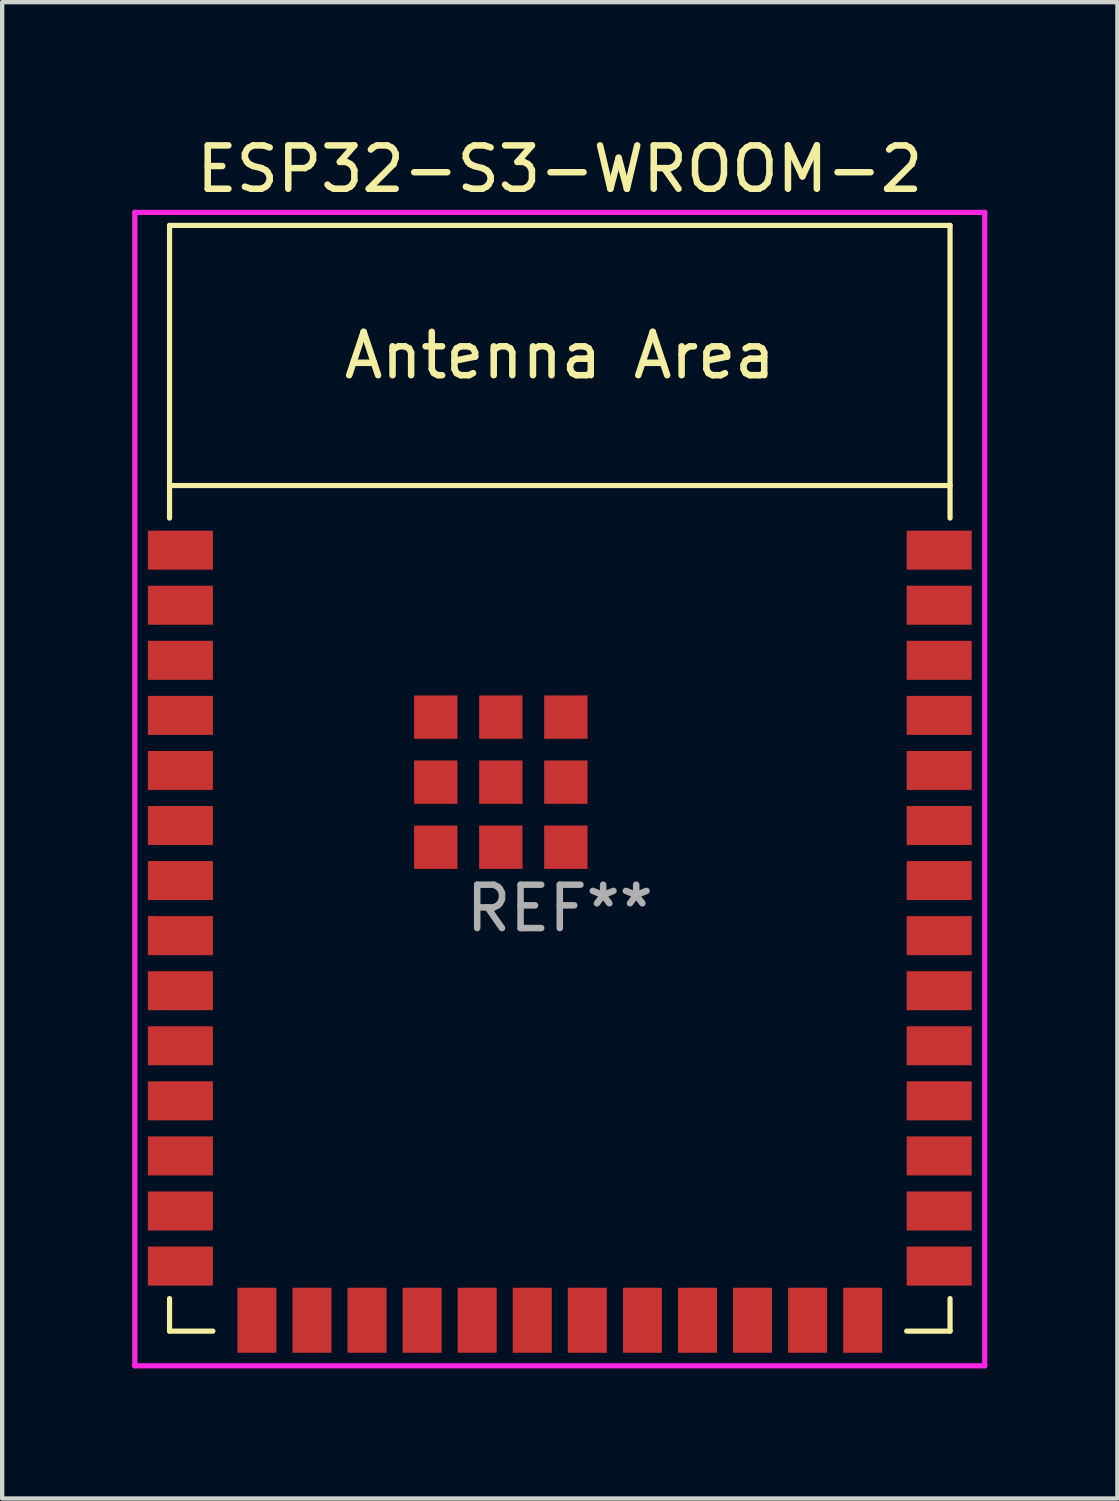
<source format=kicad_pcb>
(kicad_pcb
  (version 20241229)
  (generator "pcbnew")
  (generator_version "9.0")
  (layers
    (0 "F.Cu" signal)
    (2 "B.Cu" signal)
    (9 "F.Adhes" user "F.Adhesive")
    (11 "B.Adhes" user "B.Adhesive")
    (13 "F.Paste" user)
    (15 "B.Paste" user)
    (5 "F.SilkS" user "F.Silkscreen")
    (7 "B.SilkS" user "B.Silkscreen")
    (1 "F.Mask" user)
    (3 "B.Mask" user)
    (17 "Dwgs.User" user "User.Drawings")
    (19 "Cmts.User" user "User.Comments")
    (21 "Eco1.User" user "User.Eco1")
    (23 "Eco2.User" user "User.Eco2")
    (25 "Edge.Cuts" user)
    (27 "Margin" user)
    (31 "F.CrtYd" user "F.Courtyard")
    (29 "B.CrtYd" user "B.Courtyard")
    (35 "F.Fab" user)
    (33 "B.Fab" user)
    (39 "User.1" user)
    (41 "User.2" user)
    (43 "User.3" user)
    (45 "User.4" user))
  (footprint "ESP32-S3-WROOM-2"
    (layer "F.Cu")
    (at 9.86 17.898)
    (property "Reference" "ESP32-S3-WROOM-2" (at 0 -17.05 0) (layer "F.SilkS") (effects (font (size 1 1) (thickness 0.15))))
    (attr smd)
    (fp_line (start -9 -15.75) (end -9 -9) (stroke (width 0.12) (type solid)) (layer "F.SilkS"))
    (fp_line (start -9 -15.75) (end 9 -15.75) (stroke (width 0.12) (type solid)) (layer "F.SilkS"))
    (fp_line (start -9 9) (end -9 9.75) (stroke (width 0.12) (type solid)) (layer "F.SilkS"))
    (fp_line (start -9 9.75) (end -8 9.75) (stroke (width 0.12) (type solid)) (layer "F.SilkS"))
    (fp_line (start 9 -15.75) (end 9 -9) (stroke (width 0.12) (type solid)) (layer "F.SilkS"))
    (fp_line (start 9 -9.75) (end -9 -9.75) (stroke (width 0.12) (type solid)) (layer "F.SilkS"))
    (fp_line (start 9 9) (end 9 9.75) (stroke (width 0.12) (type solid)) (layer "F.SilkS"))
    (fp_line (start 9 9.75) (end 8 9.75) (stroke (width 0.12) (type solid)) (layer "F.SilkS"))
    (fp_line (start -9 -15.75) (end 9 -15.75) (stroke (width 0.12) (type solid)) (layer "Eco2.User"))
    (fp_line (start -9 -9.75) (end 9 -9.75) (stroke (width 0.12) (type solid)) (layer "Eco2.User"))
    (fp_line (start -9 9.75) (end -9 -15.75) (stroke (width 0.12) (type solid)) (layer "Eco2.User"))
    (fp_line (start 9 -15.75) (end 9 9.75) (stroke (width 0.12) (type solid)) (layer "Eco2.User"))
    (fp_line (start 9 9.75) (end -9 9.75) (stroke (width 0.12) (type solid)) (layer "Eco2.User"))
    (fp_line (start -9.8 -16.05) (end -9.8 10.55) (stroke (width 0.12) (type solid)) (layer "F.CrtYd"))
    (fp_line (start -9.8 10.55) (end 9.8 10.55) (stroke (width 0.12) (type solid)) (layer "F.CrtYd"))
    (fp_line (start 9.8 -16.05) (end -9.8 -16.05) (stroke (width 0.12) (type solid)) (layer "F.CrtYd"))
    (fp_line (start 9.8 -16.05) (end 9.8 10.55) (stroke (width 0.12) (type solid)) (layer "F.CrtYd"))
    (fp_text user "Antenna Area" (at 0 -12.75 0) (layer "F.SilkS") (effects (font (size 1 1) (thickness 0.15))))
    (fp_text user "Antenna Area" (at 0 -12.75 0) (layer "Eco2.User") (effects (font (size 1 1) (thickness 0.15))))
    (fp_text user "REF**" (at 0 0 0) (layer "F.Fab") (effects (font (size 1 1) (thickness 0.15))))
    (pad "1" smd rect (at -8.75 -8.26) (size 1.5 0.9) (layers "F.Cu" "F.Mask" "F.Paste"))
    (pad "2" smd rect (at -8.75 -6.99) (size 1.5 0.9) (layers "F.Cu" "F.Mask" "F.Paste"))
    (pad "3" smd rect (at -8.75 -5.72) (size 1.5 0.9) (layers "F.Cu" "F.Mask" "F.Paste"))
    (pad "4" smd rect (at -8.75 -4.45) (size 1.5 0.9) (layers "F.Cu" "F.Mask" "F.Paste"))
    (pad "5" smd rect (at -8.75 -3.18) (size 1.5 0.9) (layers "F.Cu" "F.Mask" "F.Paste"))
    (pad "6" smd rect (at -8.75 -1.91) (size 1.5 0.9) (layers "F.Cu" "F.Mask" "F.Paste"))
    (pad "7" smd rect (at -8.75 -0.64) (size 1.5 0.9) (layers "F.Cu" "F.Mask" "F.Paste"))
    (pad "8" smd rect (at -8.75 0.63) (size 1.5 0.9) (layers "F.Cu" "F.Mask" "F.Paste"))
    (pad "9" smd rect (at -8.75 1.9) (size 1.5 0.9) (layers "F.Cu" "F.Mask" "F.Paste"))
    (pad "10" smd rect (at -8.75 3.17) (size 1.5 0.9) (layers "F.Cu" "F.Mask" "F.Paste"))
    (pad "11" smd rect (at -8.75 4.44) (size 1.5 0.9) (layers "F.Cu" "F.Mask" "F.Paste"))
    (pad "12" smd rect (at -8.75 5.71) (size 1.5 0.9) (layers "F.Cu" "F.Mask" "F.Paste"))
    (pad "13" smd rect (at -8.75 6.98) (size 1.5 0.9) (layers "F.Cu" "F.Mask" "F.Paste"))
    (pad "14" smd rect (at -8.75 8.25) (size 1.5 0.9) (layers "F.Cu" "F.Mask" "F.Paste"))
    (pad "15" smd rect (at -6.985 9.5 90) (size 1.5 0.9) (layers "F.Cu" "F.Mask" "F.Paste"))
    (pad "16" smd rect (at -5.715 9.5 90) (size 1.5 0.9) (layers "F.Cu" "F.Mask" "F.Paste"))
    (pad "17" smd rect (at -4.445 9.5 90) (size 1.5 0.9) (layers "F.Cu" "F.Mask" "F.Paste"))
    (pad "18" smd rect (at -3.175 9.5 90) (size 1.5 0.9) (layers "F.Cu" "F.Mask" "F.Paste"))
    (pad "19" smd rect (at -1.905 9.5 90) (size 1.5 0.9) (layers "F.Cu" "F.Mask" "F.Paste"))
    (pad "20" smd rect (at -0.635 9.5 90) (size 1.5 0.9) (layers "F.Cu" "F.Mask" "F.Paste"))
    (pad "21" smd rect (at 0.635 9.5 90) (size 1.5 0.9) (layers "F.Cu" "F.Mask" "F.Paste"))
    (pad "22" smd rect (at 1.905 9.5 90) (size 1.5 0.9) (layers "F.Cu" "F.Mask" "F.Paste"))
    (pad "23" smd rect (at 3.175 9.5 90) (size 1.5 0.9) (layers "F.Cu" "F.Mask" "F.Paste"))
    (pad "24" smd rect (at 4.445 9.5 90) (size 1.5 0.9) (layers "F.Cu" "F.Mask" "F.Paste"))
    (pad "25" smd rect (at 5.715 9.5 90) (size 1.5 0.9) (layers "F.Cu" "F.Mask" "F.Paste"))
    (pad "26" smd rect (at 6.985 9.5 90) (size 1.5 0.9) (layers "F.Cu" "F.Mask" "F.Paste"))
    (pad "27" smd rect (at 8.75 8.25 180) (size 1.5 0.9) (layers "F.Cu" "F.Mask" "F.Paste"))
    (pad "28" smd rect (at 8.75 6.98 180) (size 1.5 0.9) (layers "F.Cu" "F.Mask" "F.Paste"))
    (pad "29" smd rect (at 8.75 5.71 180) (size 1.5 0.9) (layers "F.Cu" "F.Mask" "F.Paste"))
    (pad "30" smd rect (at 8.75 4.44 180) (size 1.5 0.9) (layers "F.Cu" "F.Mask" "F.Paste"))
    (pad "31" smd rect (at 8.75 3.17 180) (size 1.5 0.9) (layers "F.Cu" "F.Mask" "F.Paste"))
    (pad "32" smd rect (at 8.75 1.9 180) (size 1.5 0.9) (layers "F.Cu" "F.Mask" "F.Paste"))
    (pad "33" smd rect (at 8.75 0.63 180) (size 1.5 0.9) (layers "F.Cu" "F.Mask" "F.Paste"))
    (pad "34" smd rect (at 8.75 -0.64 180) (size 1.5 0.9) (layers "F.Cu" "F.Mask" "F.Paste"))
    (pad "35" smd rect (at 8.75 -1.91 180) (size 1.5 0.9) (layers "F.Cu" "F.Mask" "F.Paste"))
    (pad "36" smd rect (at 8.75 -3.18 180) (size 1.5 0.9) (layers "F.Cu" "F.Mask" "F.Paste"))
    (pad "37" smd rect (at 8.75 -4.45 180) (size 1.5 0.9) (layers "F.Cu" "F.Mask" "F.Paste"))
    (pad "38" smd rect (at 8.75 -5.72 180) (size 1.5 0.9) (layers "F.Cu" "F.Mask" "F.Paste"))
    (pad "39" smd rect (at 8.75 -6.99 180) (size 1.5 0.9) (layers "F.Cu" "F.Mask" "F.Paste"))
    (pad "40" smd rect (at 8.75 -8.26 180) (size 1.5 0.9) (layers "F.Cu" "F.Mask" "F.Paste"))
    (pad "41" smd rect (at -2.86 -4.41 180) (size 1 1) (layers "F.Cu" "F.Mask" "F.Paste"))
    (pad "41" smd rect (at -2.86 -2.91 180) (size 1 1) (layers "F.Cu" "F.Mask" "F.Paste"))
    (pad "41" smd rect (at -2.86 -1.41 180) (size 1 1) (layers "F.Cu" "F.Mask" "F.Paste"))
    (pad "41" smd rect (at -1.36 -4.41 180) (size 1 1) (layers "F.Cu" "F.Mask" "F.Paste"))
    (pad "41" smd rect (at -1.36 -2.91 180) (size 1 1) (layers "F.Cu" "F.Mask" "F.Paste"))
    (pad "41" smd rect (at -1.36 -1.41 180) (size 1 1) (layers "F.Cu" "F.Mask" "F.Paste"))
    (pad "41" smd rect (at 0.14 -4.41 180) (size 1 1) (layers "F.Cu" "F.Mask" "F.Paste"))
    (pad "41" smd rect (at 0.14 -2.91 180) (size 1 1) (layers "F.Cu" "F.Mask" "F.Paste"))
    (pad "41" smd rect (at 0.14 -1.41 180) (size 1 1) (layers "F.Cu" "F.Mask" "F.Paste")))
  (gr_rect
    (start -3 -3)
    (end 22.72 31.508)
    (stroke (width 0.1) (type default))
    (fill no)
    (layer "Edge.Cuts")))
</source>
